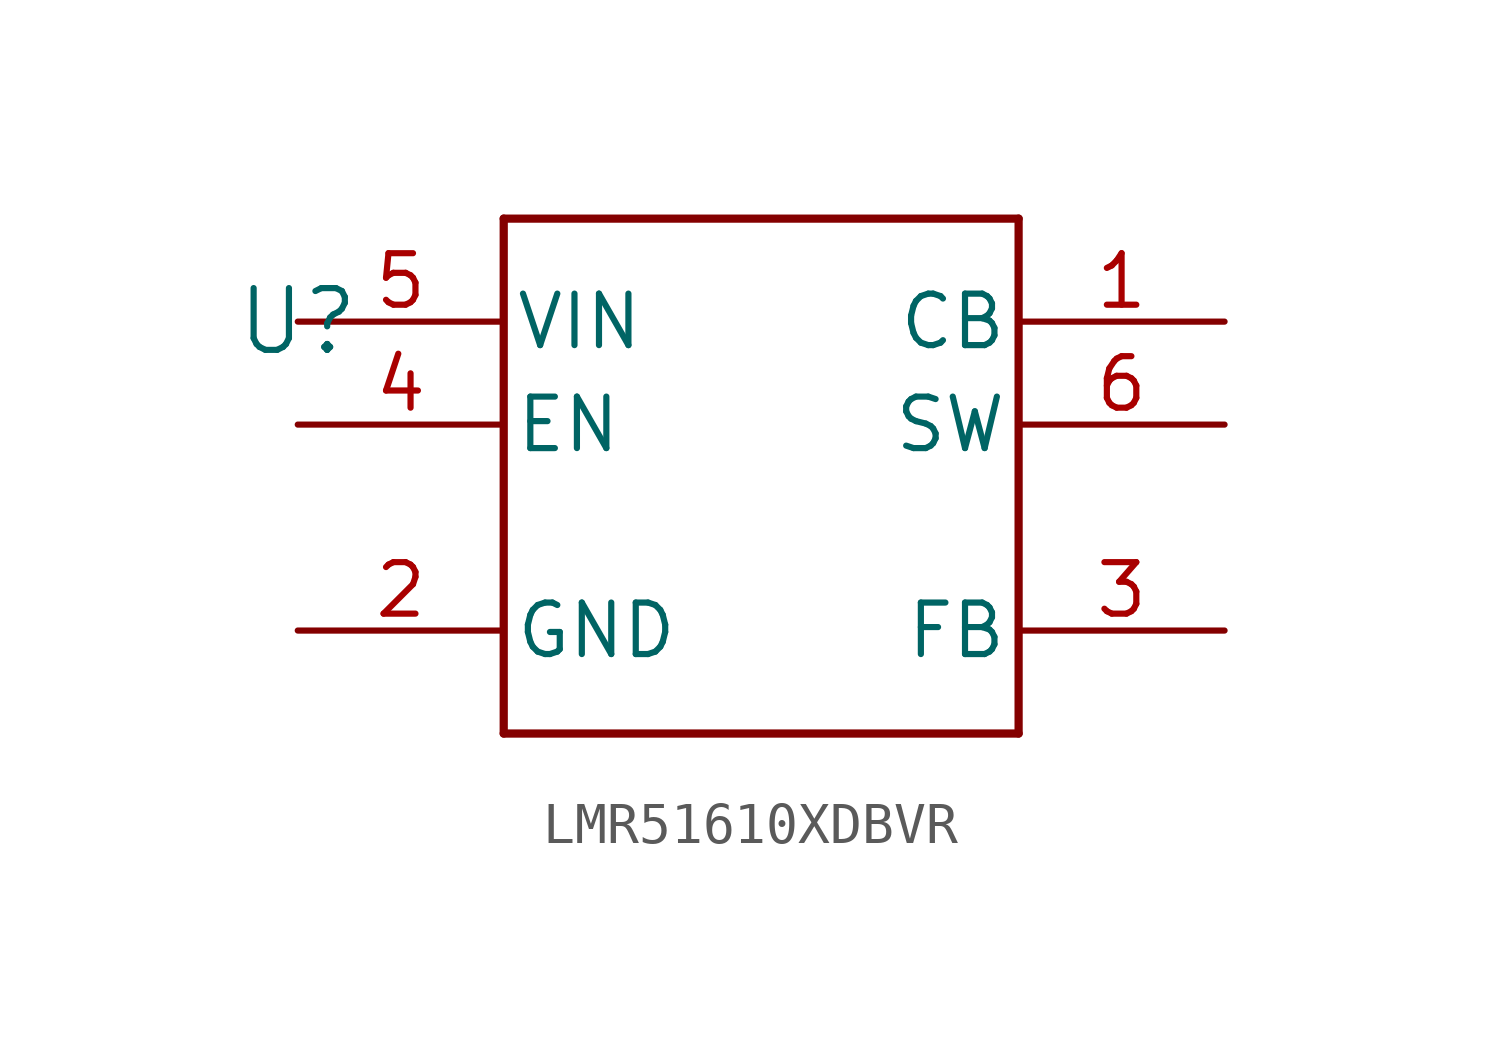
<source format=kicad_sym>
(kicad_symbol_lib
  (version 20241209)
  (generator "kicad_symbol_editor")
  (generator_version "9.0")
  (symbol "LMR51610XDBVR"
    (pin_names
      (offset 0.254))
    (property "Reference" "U"
      (at 0 2.54 0)
      (effects (font (size 1.524 1.524))))
    (symbol "LMR51610XDBVR_0_1"
      (polyline (pts (xy 5.08 5.08) (xy 5.08 -7.62)) (stroke (width 0.203) (type default)) (fill (type none)))
      (polyline (pts (xy 5.08 -7.62) (xy 17.78 -7.62)) (stroke (width 0.203) (type default)) (fill (type none)))
      (polyline (pts (xy 17.78 5.08) (xy 5.08 5.08)) (stroke (width 0.203) (type default)) (fill (type none)))
      (polyline (pts (xy 17.78 -7.62) (xy 17.78 5.08)) (stroke (width 0.203) (type default)) (fill (type none)))
      (pin power_in line (at 0 2.54 0) (length 5.08) (name "VIN" (effects (font (size 1.27 1.27)))) (number "5" (effects (font (size 1.27 1.27)))))
      (pin input line (at 0 0 0) (length 5.08) (name "EN" (effects (font (size 1.27 1.27)))) (number "4" (effects (font (size 1.27 1.27)))))
      (pin power_in line (at 0 -5.08 0) (length 5.08) (name "GND" (effects (font (size 1.27 1.27)))) (number "2" (effects (font (size 1.27 1.27)))))
      (pin unspecified line (at 22.86 2.54 180) (length 5.08) (name "CB" (effects (font (size 1.27 1.27)))) (number "1" (effects (font (size 1.27 1.27)))))
      (pin unspecified line (at 22.86 0 180) (length 5.08) (name "SW" (effects (font (size 1.27 1.27)))) (number "6" (effects (font (size 1.27 1.27)))))
      (pin unspecified line (at 22.86 -5.08 180) (length 5.08) (name "FB" (effects (font (size 1.27 1.27)))) (number "3" (effects (font (size 1.27 1.27))))))))
</source>
